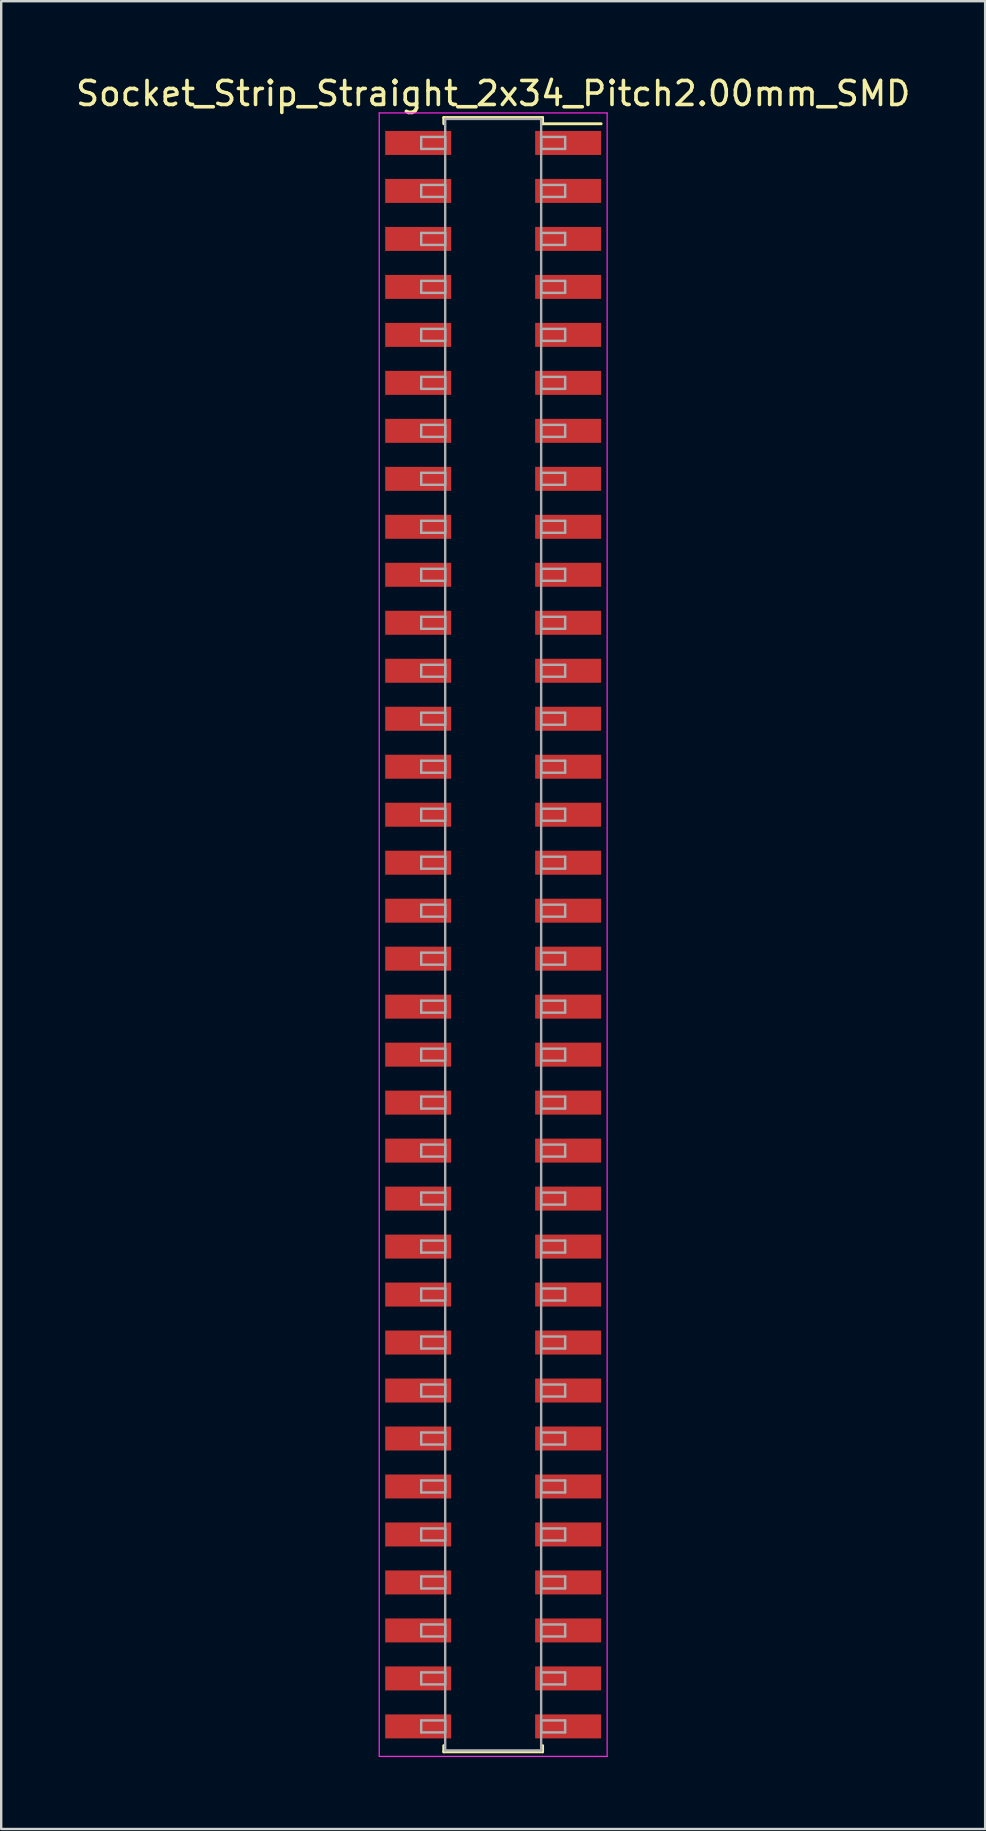
<source format=kicad_pcb>
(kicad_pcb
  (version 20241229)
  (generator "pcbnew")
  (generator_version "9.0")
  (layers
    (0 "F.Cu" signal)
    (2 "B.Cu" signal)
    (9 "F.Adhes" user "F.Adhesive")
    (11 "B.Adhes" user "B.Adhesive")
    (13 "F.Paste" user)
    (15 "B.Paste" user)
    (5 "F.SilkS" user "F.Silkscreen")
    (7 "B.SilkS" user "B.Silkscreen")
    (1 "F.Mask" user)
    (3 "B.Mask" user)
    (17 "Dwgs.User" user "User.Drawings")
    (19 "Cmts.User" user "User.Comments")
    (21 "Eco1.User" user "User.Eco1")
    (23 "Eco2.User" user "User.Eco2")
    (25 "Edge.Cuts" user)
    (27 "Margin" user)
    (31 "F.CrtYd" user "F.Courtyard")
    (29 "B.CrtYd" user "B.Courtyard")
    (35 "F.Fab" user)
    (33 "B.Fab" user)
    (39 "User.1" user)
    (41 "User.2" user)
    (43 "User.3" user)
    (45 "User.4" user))
  (footprint "Socket_Strip_Straight_2x34_Pitch2.00mm_SMD"
    (layer "F.Cu")
    (at 17.506 35.908)
    (property "Reference" "Socket_Strip_Straight_2x34_Pitch2.00mm_SMD" (at 0 -35.06 0) (layer "F.SilkS") (effects (font (size 1 1) (thickness 0.15))))
    (attr smd)
    (fp_line (start -2.06 -34.06) (end 2.06 -34.06) (stroke (width 0.12) (type solid)) (layer "F.SilkS"))
    (fp_line (start -2.06 -33.8) (end -2.06 -34.06) (stroke (width 0.12) (type solid)) (layer "F.SilkS"))
    (fp_line (start -2.06 33.8) (end -2.06 34.06) (stroke (width 0.12) (type solid)) (layer "F.SilkS"))
    (fp_line (start -2.06 34.06) (end 2.06 34.06) (stroke (width 0.12) (type solid)) (layer "F.SilkS"))
    (fp_line (start 2.06 -34.06) (end 2.06 -33.8) (stroke (width 0.12) (type solid)) (layer "F.SilkS"))
    (fp_line (start 2.06 34.06) (end 2.06 33.8) (stroke (width 0.12) (type solid)) (layer "F.SilkS"))
    (fp_line (start 4.5 -33.8) (end 2.06 -33.8) (stroke (width 0.12) (type solid)) (layer "F.SilkS"))
    (fp_line (start -4.75 -34.25) (end -4.75 34.25) (stroke (width 0.05) (type solid)) (layer "F.CrtYd"))
    (fp_line (start -4.75 34.25) (end 4.75 34.25) (stroke (width 0.05) (type solid)) (layer "F.CrtYd"))
    (fp_line (start 4.75 -34.25) (end -4.75 -34.25) (stroke (width 0.05) (type solid)) (layer "F.CrtYd"))
    (fp_line (start 4.75 34.25) (end 4.75 -34.25) (stroke (width 0.05) (type solid)) (layer "F.CrtYd"))
    (fp_line (start -3 -33.25) (end -2 -33.25) (stroke (width 0.1) (type solid)) (layer "F.Fab"))
    (fp_line (start -3 -32.75) (end -3 -33.25) (stroke (width 0.1) (type solid)) (layer "F.Fab"))
    (fp_line (start -3 -31.25) (end -2 -31.25) (stroke (width 0.1) (type solid)) (layer "F.Fab"))
    (fp_line (start -3 -30.75) (end -3 -31.25) (stroke (width 0.1) (type solid)) (layer "F.Fab"))
    (fp_line (start -3 -29.25) (end -2 -29.25) (stroke (width 0.1) (type solid)) (layer "F.Fab"))
    (fp_line (start -3 -28.75) (end -3 -29.25) (stroke (width 0.1) (type solid)) (layer "F.Fab"))
    (fp_line (start -3 -27.25) (end -2 -27.25) (stroke (width 0.1) (type solid)) (layer "F.Fab"))
    (fp_line (start -3 -26.75) (end -3 -27.25) (stroke (width 0.1) (type solid)) (layer "F.Fab"))
    (fp_line (start -3 -25.25) (end -2 -25.25) (stroke (width 0.1) (type solid)) (layer "F.Fab"))
    (fp_line (start -3 -24.75) (end -3 -25.25) (stroke (width 0.1) (type solid)) (layer "F.Fab"))
    (fp_line (start -3 -23.25) (end -2 -23.25) (stroke (width 0.1) (type solid)) (layer "F.Fab"))
    (fp_line (start -3 -22.75) (end -3 -23.25) (stroke (width 0.1) (type solid)) (layer "F.Fab"))
    (fp_line (start -3 -21.25) (end -2 -21.25) (stroke (width 0.1) (type solid)) (layer "F.Fab"))
    (fp_line (start -3 -20.75) (end -3 -21.25) (stroke (width 0.1) (type solid)) (layer "F.Fab"))
    (fp_line (start -3 -19.25) (end -2 -19.25) (stroke (width 0.1) (type solid)) (layer "F.Fab"))
    (fp_line (start -3 -18.75) (end -3 -19.25) (stroke (width 0.1) (type solid)) (layer "F.Fab"))
    (fp_line (start -3 -17.25) (end -2 -17.25) (stroke (width 0.1) (type solid)) (layer "F.Fab"))
    (fp_line (start -3 -16.75) (end -3 -17.25) (stroke (width 0.1) (type solid)) (layer "F.Fab"))
    (fp_line (start -3 -15.25) (end -2 -15.25) (stroke (width 0.1) (type solid)) (layer "F.Fab"))
    (fp_line (start -3 -14.75) (end -3 -15.25) (stroke (width 0.1) (type solid)) (layer "F.Fab"))
    (fp_line (start -3 -13.25) (end -2 -13.25) (stroke (width 0.1) (type solid)) (layer "F.Fab"))
    (fp_line (start -3 -12.75) (end -3 -13.25) (stroke (width 0.1) (type solid)) (layer "F.Fab"))
    (fp_line (start -3 -11.25) (end -2 -11.25) (stroke (width 0.1) (type solid)) (layer "F.Fab"))
    (fp_line (start -3 -10.75) (end -3 -11.25) (stroke (width 0.1) (type solid)) (layer "F.Fab"))
    (fp_line (start -3 -9.25) (end -2 -9.25) (stroke (width 0.1) (type solid)) (layer "F.Fab"))
    (fp_line (start -3 -8.75) (end -3 -9.25) (stroke (width 0.1) (type solid)) (layer "F.Fab"))
    (fp_line (start -3 -7.25) (end -2 -7.25) (stroke (width 0.1) (type solid)) (layer "F.Fab"))
    (fp_line (start -3 -6.75) (end -3 -7.25) (stroke (width 0.1) (type solid)) (layer "F.Fab"))
    (fp_line (start -3 -5.25) (end -2 -5.25) (stroke (width 0.1) (type solid)) (layer "F.Fab"))
    (fp_line (start -3 -4.75) (end -3 -5.25) (stroke (width 0.1) (type solid)) (layer "F.Fab"))
    (fp_line (start -3 -3.25) (end -2 -3.25) (stroke (width 0.1) (type solid)) (layer "F.Fab"))
    (fp_line (start -3 -2.75) (end -3 -3.25) (stroke (width 0.1) (type solid)) (layer "F.Fab"))
    (fp_line (start -3 -1.25) (end -2 -1.25) (stroke (width 0.1) (type solid)) (layer "F.Fab"))
    (fp_line (start -3 -0.75) (end -3 -1.25) (stroke (width 0.1) (type solid)) (layer "F.Fab"))
    (fp_line (start -3 0.75) (end -2 0.75) (stroke (width 0.1) (type solid)) (layer "F.Fab"))
    (fp_line (start -3 1.25) (end -3 0.75) (stroke (width 0.1) (type solid)) (layer "F.Fab"))
    (fp_line (start -3 2.75) (end -2 2.75) (stroke (width 0.1) (type solid)) (layer "F.Fab"))
    (fp_line (start -3 3.25) (end -3 2.75) (stroke (width 0.1) (type solid)) (layer "F.Fab"))
    (fp_line (start -3 4.75) (end -2 4.75) (stroke (width 0.1) (type solid)) (layer "F.Fab"))
    (fp_line (start -3 5.25) (end -3 4.75) (stroke (width 0.1) (type solid)) (layer "F.Fab"))
    (fp_line (start -3 6.75) (end -2 6.75) (stroke (width 0.1) (type solid)) (layer "F.Fab"))
    (fp_line (start -3 7.25) (end -3 6.75) (stroke (width 0.1) (type solid)) (layer "F.Fab"))
    (fp_line (start -3 8.75) (end -2 8.75) (stroke (width 0.1) (type solid)) (layer "F.Fab"))
    (fp_line (start -3 9.25) (end -3 8.75) (stroke (width 0.1) (type solid)) (layer "F.Fab"))
    (fp_line (start -3 10.75) (end -2 10.75) (stroke (width 0.1) (type solid)) (layer "F.Fab"))
    (fp_line (start -3 11.25) (end -3 10.75) (stroke (width 0.1) (type solid)) (layer "F.Fab"))
    (fp_line (start -3 12.75) (end -2 12.75) (stroke (width 0.1) (type solid)) (layer "F.Fab"))
    (fp_line (start -3 13.25) (end -3 12.75) (stroke (width 0.1) (type solid)) (layer "F.Fab"))
    (fp_line (start -3 14.75) (end -2 14.75) (stroke (width 0.1) (type solid)) (layer "F.Fab"))
    (fp_line (start -3 15.25) (end -3 14.75) (stroke (width 0.1) (type solid)) (layer "F.Fab"))
    (fp_line (start -3 16.75) (end -2 16.75) (stroke (width 0.1) (type solid)) (layer "F.Fab"))
    (fp_line (start -3 17.25) (end -3 16.75) (stroke (width 0.1) (type solid)) (layer "F.Fab"))
    (fp_line (start -3 18.75) (end -2 18.75) (stroke (width 0.1) (type solid)) (layer "F.Fab"))
    (fp_line (start -3 19.25) (end -3 18.75) (stroke (width 0.1) (type solid)) (layer "F.Fab"))
    (fp_line (start -3 20.75) (end -2 20.75) (stroke (width 0.1) (type solid)) (layer "F.Fab"))
    (fp_line (start -3 21.25) (end -3 20.75) (stroke (width 0.1) (type solid)) (layer "F.Fab"))
    (fp_line (start -3 22.75) (end -2 22.75) (stroke (width 0.1) (type solid)) (layer "F.Fab"))
    (fp_line (start -3 23.25) (end -3 22.75) (stroke (width 0.1) (type solid)) (layer "F.Fab"))
    (fp_line (start -3 24.75) (end -2 24.75) (stroke (width 0.1) (type solid)) (layer "F.Fab"))
    (fp_line (start -3 25.25) (end -3 24.75) (stroke (width 0.1) (type solid)) (layer "F.Fab"))
    (fp_line (start -3 26.75) (end -2 26.75) (stroke (width 0.1) (type solid)) (layer "F.Fab"))
    (fp_line (start -3 27.25) (end -3 26.75) (stroke (width 0.1) (type solid)) (layer "F.Fab"))
    (fp_line (start -3 28.75) (end -2 28.75) (stroke (width 0.1) (type solid)) (layer "F.Fab"))
    (fp_line (start -3 29.25) (end -3 28.75) (stroke (width 0.1) (type solid)) (layer "F.Fab"))
    (fp_line (start -3 30.75) (end -2 30.75) (stroke (width 0.1) (type solid)) (layer "F.Fab"))
    (fp_line (start -3 31.25) (end -3 30.75) (stroke (width 0.1) (type solid)) (layer "F.Fab"))
    (fp_line (start -3 32.75) (end -2 32.75) (stroke (width 0.1) (type solid)) (layer "F.Fab"))
    (fp_line (start -3 33.25) (end -3 32.75) (stroke (width 0.1) (type solid)) (layer "F.Fab"))
    (fp_line (start -2 -34) (end -2 34) (stroke (width 0.1) (type solid)) (layer "F.Fab"))
    (fp_line (start -2 -33.25) (end -2 -32.75) (stroke (width 0.1) (type solid)) (layer "F.Fab"))
    (fp_line (start -2 -32.75) (end -3 -32.75) (stroke (width 0.1) (type solid)) (layer "F.Fab"))
    (fp_line (start -2 -31.25) (end -2 -30.75) (stroke (width 0.1) (type solid)) (layer "F.Fab"))
    (fp_line (start -2 -30.75) (end -3 -30.75) (stroke (width 0.1) (type solid)) (layer "F.Fab"))
    (fp_line (start -2 -29.25) (end -2 -28.75) (stroke (width 0.1) (type solid)) (layer "F.Fab"))
    (fp_line (start -2 -28.75) (end -3 -28.75) (stroke (width 0.1) (type solid)) (layer "F.Fab"))
    (fp_line (start -2 -27.25) (end -2 -26.75) (stroke (width 0.1) (type solid)) (layer "F.Fab"))
    (fp_line (start -2 -26.75) (end -3 -26.75) (stroke (width 0.1) (type solid)) (layer "F.Fab"))
    (fp_line (start -2 -25.25) (end -2 -24.75) (stroke (width 0.1) (type solid)) (layer "F.Fab"))
    (fp_line (start -2 -24.75) (end -3 -24.75) (stroke (width 0.1) (type solid)) (layer "F.Fab"))
    (fp_line (start -2 -23.25) (end -2 -22.75) (stroke (width 0.1) (type solid)) (layer "F.Fab"))
    (fp_line (start -2 -22.75) (end -3 -22.75) (stroke (width 0.1) (type solid)) (layer "F.Fab"))
    (fp_line (start -2 -21.25) (end -2 -20.75) (stroke (width 0.1) (type solid)) (layer "F.Fab"))
    (fp_line (start -2 -20.75) (end -3 -20.75) (stroke (width 0.1) (type solid)) (layer "F.Fab"))
    (fp_line (start -2 -19.25) (end -2 -18.75) (stroke (width 0.1) (type solid)) (layer "F.Fab"))
    (fp_line (start -2 -18.75) (end -3 -18.75) (stroke (width 0.1) (type solid)) (layer "F.Fab"))
    (fp_line (start -2 -17.25) (end -2 -16.75) (stroke (width 0.1) (type solid)) (layer "F.Fab"))
    (fp_line (start -2 -16.75) (end -3 -16.75) (stroke (width 0.1) (type solid)) (layer "F.Fab"))
    (fp_line (start -2 -15.25) (end -2 -14.75) (stroke (width 0.1) (type solid)) (layer "F.Fab"))
    (fp_line (start -2 -14.75) (end -3 -14.75) (stroke (width 0.1) (type solid)) (layer "F.Fab"))
    (fp_line (start -2 -13.25) (end -2 -12.75) (stroke (width 0.1) (type solid)) (layer "F.Fab"))
    (fp_line (start -2 -12.75) (end -3 -12.75) (stroke (width 0.1) (type solid)) (layer "F.Fab"))
    (fp_line (start -2 -11.25) (end -2 -10.75) (stroke (width 0.1) (type solid)) (layer "F.Fab"))
    (fp_line (start -2 -10.75) (end -3 -10.75) (stroke (width 0.1) (type solid)) (layer "F.Fab"))
    (fp_line (start -2 -9.25) (end -2 -8.75) (stroke (width 0.1) (type solid)) (layer "F.Fab"))
    (fp_line (start -2 -8.75) (end -3 -8.75) (stroke (width 0.1) (type solid)) (layer "F.Fab"))
    (fp_line (start -2 -7.25) (end -2 -6.75) (stroke (width 0.1) (type solid)) (layer "F.Fab"))
    (fp_line (start -2 -6.75) (end -3 -6.75) (stroke (width 0.1) (type solid)) (layer "F.Fab"))
    (fp_line (start -2 -5.25) (end -2 -4.75) (stroke (width 0.1) (type solid)) (layer "F.Fab"))
    (fp_line (start -2 -4.75) (end -3 -4.75) (stroke (width 0.1) (type solid)) (layer "F.Fab"))
    (fp_line (start -2 -3.25) (end -2 -2.75) (stroke (width 0.1) (type solid)) (layer "F.Fab"))
    (fp_line (start -2 -2.75) (end -3 -2.75) (stroke (width 0.1) (type solid)) (layer "F.Fab"))
    (fp_line (start -2 -1.25) (end -2 -0.75) (stroke (width 0.1) (type solid)) (layer "F.Fab"))
    (fp_line (start -2 -0.75) (end -3 -0.75) (stroke (width 0.1) (type solid)) (layer "F.Fab"))
    (fp_line (start -2 0.75) (end -2 1.25) (stroke (width 0.1) (type solid)) (layer "F.Fab"))
    (fp_line (start -2 1.25) (end -3 1.25) (stroke (width 0.1) (type solid)) (layer "F.Fab"))
    (fp_line (start -2 2.75) (end -2 3.25) (stroke (width 0.1) (type solid)) (layer "F.Fab"))
    (fp_line (start -2 3.25) (end -3 3.25) (stroke (width 0.1) (type solid)) (layer "F.Fab"))
    (fp_line (start -2 4.75) (end -2 5.25) (stroke (width 0.1) (type solid)) (layer "F.Fab"))
    (fp_line (start -2 5.25) (end -3 5.25) (stroke (width 0.1) (type solid)) (layer "F.Fab"))
    (fp_line (start -2 6.75) (end -2 7.25) (stroke (width 0.1) (type solid)) (layer "F.Fab"))
    (fp_line (start -2 7.25) (end -3 7.25) (stroke (width 0.1) (type solid)) (layer "F.Fab"))
    (fp_line (start -2 8.75) (end -2 9.25) (stroke (width 0.1) (type solid)) (layer "F.Fab"))
    (fp_line (start -2 9.25) (end -3 9.25) (stroke (width 0.1) (type solid)) (layer "F.Fab"))
    (fp_line (start -2 10.75) (end -2 11.25) (stroke (width 0.1) (type solid)) (layer "F.Fab"))
    (fp_line (start -2 11.25) (end -3 11.25) (stroke (width 0.1) (type solid)) (layer "F.Fab"))
    (fp_line (start -2 12.75) (end -2 13.25) (stroke (width 0.1) (type solid)) (layer "F.Fab"))
    (fp_line (start -2 13.25) (end -3 13.25) (stroke (width 0.1) (type solid)) (layer "F.Fab"))
    (fp_line (start -2 14.75) (end -2 15.25) (stroke (width 0.1) (type solid)) (layer "F.Fab"))
    (fp_line (start -2 15.25) (end -3 15.25) (stroke (width 0.1) (type solid)) (layer "F.Fab"))
    (fp_line (start -2 16.75) (end -2 17.25) (stroke (width 0.1) (type solid)) (layer "F.Fab"))
    (fp_line (start -2 17.25) (end -3 17.25) (stroke (width 0.1) (type solid)) (layer "F.Fab"))
    (fp_line (start -2 18.75) (end -2 19.25) (stroke (width 0.1) (type solid)) (layer "F.Fab"))
    (fp_line (start -2 19.25) (end -3 19.25) (stroke (width 0.1) (type solid)) (layer "F.Fab"))
    (fp_line (start -2 20.75) (end -2 21.25) (stroke (width 0.1) (type solid)) (layer "F.Fab"))
    (fp_line (start -2 21.25) (end -3 21.25) (stroke (width 0.1) (type solid)) (layer "F.Fab"))
    (fp_line (start -2 22.75) (end -2 23.25) (stroke (width 0.1) (type solid)) (layer "F.Fab"))
    (fp_line (start -2 23.25) (end -3 23.25) (stroke (width 0.1) (type solid)) (layer "F.Fab"))
    (fp_line (start -2 24.75) (end -2 25.25) (stroke (width 0.1) (type solid)) (layer "F.Fab"))
    (fp_line (start -2 25.25) (end -3 25.25) (stroke (width 0.1) (type solid)) (layer "F.Fab"))
    (fp_line (start -2 26.75) (end -2 27.25) (stroke (width 0.1) (type solid)) (layer "F.Fab"))
    (fp_line (start -2 27.25) (end -3 27.25) (stroke (width 0.1) (type solid)) (layer "F.Fab"))
    (fp_line (start -2 28.75) (end -2 29.25) (stroke (width 0.1) (type solid)) (layer "F.Fab"))
    (fp_line (start -2 29.25) (end -3 29.25) (stroke (width 0.1) (type solid)) (layer "F.Fab"))
    (fp_line (start -2 30.75) (end -2 31.25) (stroke (width 0.1) (type solid)) (layer "F.Fab"))
    (fp_line (start -2 31.25) (end -3 31.25) (stroke (width 0.1) (type solid)) (layer "F.Fab"))
    (fp_line (start -2 32.75) (end -2 33.25) (stroke (width 0.1) (type solid)) (layer "F.Fab"))
    (fp_line (start -2 33.25) (end -3 33.25) (stroke (width 0.1) (type solid)) (layer "F.Fab"))
    (fp_line (start -2 34) (end 2 34) (stroke (width 0.1) (type solid)) (layer "F.Fab"))
    (fp_line (start 2 -34) (end -2 -34) (stroke (width 0.1) (type solid)) (layer "F.Fab"))
    (fp_line (start 2 -33.25) (end 2 -32.75) (stroke (width 0.1) (type solid)) (layer "F.Fab"))
    (fp_line (start 2 -32.75) (end 3 -32.75) (stroke (width 0.1) (type solid)) (layer "F.Fab"))
    (fp_line (start 2 -31.25) (end 2 -30.75) (stroke (width 0.1) (type solid)) (layer "F.Fab"))
    (fp_line (start 2 -30.75) (end 3 -30.75) (stroke (width 0.1) (type solid)) (layer "F.Fab"))
    (fp_line (start 2 -29.25) (end 2 -28.75) (stroke (width 0.1) (type solid)) (layer "F.Fab"))
    (fp_line (start 2 -28.75) (end 3 -28.75) (stroke (width 0.1) (type solid)) (layer "F.Fab"))
    (fp_line (start 2 -27.25) (end 2 -26.75) (stroke (width 0.1) (type solid)) (layer "F.Fab"))
    (fp_line (start 2 -26.75) (end 3 -26.75) (stroke (width 0.1) (type solid)) (layer "F.Fab"))
    (fp_line (start 2 -25.25) (end 2 -24.75) (stroke (width 0.1) (type solid)) (layer "F.Fab"))
    (fp_line (start 2 -24.75) (end 3 -24.75) (stroke (width 0.1) (type solid)) (layer "F.Fab"))
    (fp_line (start 2 -23.25) (end 2 -22.75) (stroke (width 0.1) (type solid)) (layer "F.Fab"))
    (fp_line (start 2 -22.75) (end 3 -22.75) (stroke (width 0.1) (type solid)) (layer "F.Fab"))
    (fp_line (start 2 -21.25) (end 2 -20.75) (stroke (width 0.1) (type solid)) (layer "F.Fab"))
    (fp_line (start 2 -20.75) (end 3 -20.75) (stroke (width 0.1) (type solid)) (layer "F.Fab"))
    (fp_line (start 2 -19.25) (end 2 -18.75) (stroke (width 0.1) (type solid)) (layer "F.Fab"))
    (fp_line (start 2 -18.75) (end 3 -18.75) (stroke (width 0.1) (type solid)) (layer "F.Fab"))
    (fp_line (start 2 -17.25) (end 2 -16.75) (stroke (width 0.1) (type solid)) (layer "F.Fab"))
    (fp_line (start 2 -16.75) (end 3 -16.75) (stroke (width 0.1) (type solid)) (layer "F.Fab"))
    (fp_line (start 2 -15.25) (end 2 -14.75) (stroke (width 0.1) (type solid)) (layer "F.Fab"))
    (fp_line (start 2 -14.75) (end 3 -14.75) (stroke (width 0.1) (type solid)) (layer "F.Fab"))
    (fp_line (start 2 -13.25) (end 2 -12.75) (stroke (width 0.1) (type solid)) (layer "F.Fab"))
    (fp_line (start 2 -12.75) (end 3 -12.75) (stroke (width 0.1) (type solid)) (layer "F.Fab"))
    (fp_line (start 2 -11.25) (end 2 -10.75) (stroke (width 0.1) (type solid)) (layer "F.Fab"))
    (fp_line (start 2 -10.75) (end 3 -10.75) (stroke (width 0.1) (type solid)) (layer "F.Fab"))
    (fp_line (start 2 -9.25) (end 2 -8.75) (stroke (width 0.1) (type solid)) (layer "F.Fab"))
    (fp_line (start 2 -8.75) (end 3 -8.75) (stroke (width 0.1) (type solid)) (layer "F.Fab"))
    (fp_line (start 2 -7.25) (end 2 -6.75) (stroke (width 0.1) (type solid)) (layer "F.Fab"))
    (fp_line (start 2 -6.75) (end 3 -6.75) (stroke (width 0.1) (type solid)) (layer "F.Fab"))
    (fp_line (start 2 -5.25) (end 2 -4.75) (stroke (width 0.1) (type solid)) (layer "F.Fab"))
    (fp_line (start 2 -4.75) (end 3 -4.75) (stroke (width 0.1) (type solid)) (layer "F.Fab"))
    (fp_line (start 2 -3.25) (end 2 -2.75) (stroke (width 0.1) (type solid)) (layer "F.Fab"))
    (fp_line (start 2 -2.75) (end 3 -2.75) (stroke (width 0.1) (type solid)) (layer "F.Fab"))
    (fp_line (start 2 -1.25) (end 2 -0.75) (stroke (width 0.1) (type solid)) (layer "F.Fab"))
    (fp_line (start 2 -0.75) (end 3 -0.75) (stroke (width 0.1) (type solid)) (layer "F.Fab"))
    (fp_line (start 2 0.75) (end 2 1.25) (stroke (width 0.1) (type solid)) (layer "F.Fab"))
    (fp_line (start 2 1.25) (end 3 1.25) (stroke (width 0.1) (type solid)) (layer "F.Fab"))
    (fp_line (start 2 2.75) (end 2 3.25) (stroke (width 0.1) (type solid)) (layer "F.Fab"))
    (fp_line (start 2 3.25) (end 3 3.25) (stroke (width 0.1) (type solid)) (layer "F.Fab"))
    (fp_line (start 2 4.75) (end 2 5.25) (stroke (width 0.1) (type solid)) (layer "F.Fab"))
    (fp_line (start 2 5.25) (end 3 5.25) (stroke (width 0.1) (type solid)) (layer "F.Fab"))
    (fp_line (start 2 6.75) (end 2 7.25) (stroke (width 0.1) (type solid)) (layer "F.Fab"))
    (fp_line (start 2 7.25) (end 3 7.25) (stroke (width 0.1) (type solid)) (layer "F.Fab"))
    (fp_line (start 2 8.75) (end 2 9.25) (stroke (width 0.1) (type solid)) (layer "F.Fab"))
    (fp_line (start 2 9.25) (end 3 9.25) (stroke (width 0.1) (type solid)) (layer "F.Fab"))
    (fp_line (start 2 10.75) (end 2 11.25) (stroke (width 0.1) (type solid)) (layer "F.Fab"))
    (fp_line (start 2 11.25) (end 3 11.25) (stroke (width 0.1) (type solid)) (layer "F.Fab"))
    (fp_line (start 2 12.75) (end 2 13.25) (stroke (width 0.1) (type solid)) (layer "F.Fab"))
    (fp_line (start 2 13.25) (end 3 13.25) (stroke (width 0.1) (type solid)) (layer "F.Fab"))
    (fp_line (start 2 14.75) (end 2 15.25) (stroke (width 0.1) (type solid)) (layer "F.Fab"))
    (fp_line (start 2 15.25) (end 3 15.25) (stroke (width 0.1) (type solid)) (layer "F.Fab"))
    (fp_line (start 2 16.75) (end 2 17.25) (stroke (width 0.1) (type solid)) (layer "F.Fab"))
    (fp_line (start 2 17.25) (end 3 17.25) (stroke (width 0.1) (type solid)) (layer "F.Fab"))
    (fp_line (start 2 18.75) (end 2 19.25) (stroke (width 0.1) (type solid)) (layer "F.Fab"))
    (fp_line (start 2 19.25) (end 3 19.25) (stroke (width 0.1) (type solid)) (layer "F.Fab"))
    (fp_line (start 2 20.75) (end 2 21.25) (stroke (width 0.1) (type solid)) (layer "F.Fab"))
    (fp_line (start 2 21.25) (end 3 21.25) (stroke (width 0.1) (type solid)) (layer "F.Fab"))
    (fp_line (start 2 22.75) (end 2 23.25) (stroke (width 0.1) (type solid)) (layer "F.Fab"))
    (fp_line (start 2 23.25) (end 3 23.25) (stroke (width 0.1) (type solid)) (layer "F.Fab"))
    (fp_line (start 2 24.75) (end 2 25.25) (stroke (width 0.1) (type solid)) (layer "F.Fab"))
    (fp_line (start 2 25.25) (end 3 25.25) (stroke (width 0.1) (type solid)) (layer "F.Fab"))
    (fp_line (start 2 26.75) (end 2 27.25) (stroke (width 0.1) (type solid)) (layer "F.Fab"))
    (fp_line (start 2 27.25) (end 3 27.25) (stroke (width 0.1) (type solid)) (layer "F.Fab"))
    (fp_line (start 2 28.75) (end 2 29.25) (stroke (width 0.1) (type solid)) (layer "F.Fab"))
    (fp_line (start 2 29.25) (end 3 29.25) (stroke (width 0.1) (type solid)) (layer "F.Fab"))
    (fp_line (start 2 30.75) (end 2 31.25) (stroke (width 0.1) (type solid)) (layer "F.Fab"))
    (fp_line (start 2 31.25) (end 3 31.25) (stroke (width 0.1) (type solid)) (layer "F.Fab"))
    (fp_line (start 2 32.75) (end 2 33.25) (stroke (width 0.1) (type solid)) (layer "F.Fab"))
    (fp_line (start 2 33.25) (end 3 33.25) (stroke (width 0.1) (type solid)) (layer "F.Fab"))
    (fp_line (start 2 34) (end 2 -34) (stroke (width 0.1) (type solid)) (layer "F.Fab"))
    (fp_line (start 3 -33.25) (end 2 -33.25) (stroke (width 0.1) (type solid)) (layer "F.Fab"))
    (fp_line (start 3 -32.75) (end 3 -33.25) (stroke (width 0.1) (type solid)) (layer "F.Fab"))
    (fp_line (start 3 -31.25) (end 2 -31.25) (stroke (width 0.1) (type solid)) (layer "F.Fab"))
    (fp_line (start 3 -30.75) (end 3 -31.25) (stroke (width 0.1) (type solid)) (layer "F.Fab"))
    (fp_line (start 3 -29.25) (end 2 -29.25) (stroke (width 0.1) (type solid)) (layer "F.Fab"))
    (fp_line (start 3 -28.75) (end 3 -29.25) (stroke (width 0.1) (type solid)) (layer "F.Fab"))
    (fp_line (start 3 -27.25) (end 2 -27.25) (stroke (width 0.1) (type solid)) (layer "F.Fab"))
    (fp_line (start 3 -26.75) (end 3 -27.25) (stroke (width 0.1) (type solid)) (layer "F.Fab"))
    (fp_line (start 3 -25.25) (end 2 -25.25) (stroke (width 0.1) (type solid)) (layer "F.Fab"))
    (fp_line (start 3 -24.75) (end 3 -25.25) (stroke (width 0.1) (type solid)) (layer "F.Fab"))
    (fp_line (start 3 -23.25) (end 2 -23.25) (stroke (width 0.1) (type solid)) (layer "F.Fab"))
    (fp_line (start 3 -22.75) (end 3 -23.25) (stroke (width 0.1) (type solid)) (layer "F.Fab"))
    (fp_line (start 3 -21.25) (end 2 -21.25) (stroke (width 0.1) (type solid)) (layer "F.Fab"))
    (fp_line (start 3 -20.75) (end 3 -21.25) (stroke (width 0.1) (type solid)) (layer "F.Fab"))
    (fp_line (start 3 -19.25) (end 2 -19.25) (stroke (width 0.1) (type solid)) (layer "F.Fab"))
    (fp_line (start 3 -18.75) (end 3 -19.25) (stroke (width 0.1) (type solid)) (layer "F.Fab"))
    (fp_line (start 3 -17.25) (end 2 -17.25) (stroke (width 0.1) (type solid)) (layer "F.Fab"))
    (fp_line (start 3 -16.75) (end 3 -17.25) (stroke (width 0.1) (type solid)) (layer "F.Fab"))
    (fp_line (start 3 -15.25) (end 2 -15.25) (stroke (width 0.1) (type solid)) (layer "F.Fab"))
    (fp_line (start 3 -14.75) (end 3 -15.25) (stroke (width 0.1) (type solid)) (layer "F.Fab"))
    (fp_line (start 3 -13.25) (end 2 -13.25) (stroke (width 0.1) (type solid)) (layer "F.Fab"))
    (fp_line (start 3 -12.75) (end 3 -13.25) (stroke (width 0.1) (type solid)) (layer "F.Fab"))
    (fp_line (start 3 -11.25) (end 2 -11.25) (stroke (width 0.1) (type solid)) (layer "F.Fab"))
    (fp_line (start 3 -10.75) (end 3 -11.25) (stroke (width 0.1) (type solid)) (layer "F.Fab"))
    (fp_line (start 3 -9.25) (end 2 -9.25) (stroke (width 0.1) (type solid)) (layer "F.Fab"))
    (fp_line (start 3 -8.75) (end 3 -9.25) (stroke (width 0.1) (type solid)) (layer "F.Fab"))
    (fp_line (start 3 -7.25) (end 2 -7.25) (stroke (width 0.1) (type solid)) (layer "F.Fab"))
    (fp_line (start 3 -6.75) (end 3 -7.25) (stroke (width 0.1) (type solid)) (layer "F.Fab"))
    (fp_line (start 3 -5.25) (end 2 -5.25) (stroke (width 0.1) (type solid)) (layer "F.Fab"))
    (fp_line (start 3 -4.75) (end 3 -5.25) (stroke (width 0.1) (type solid)) (layer "F.Fab"))
    (fp_line (start 3 -3.25) (end 2 -3.25) (stroke (width 0.1) (type solid)) (layer "F.Fab"))
    (fp_line (start 3 -2.75) (end 3 -3.25) (stroke (width 0.1) (type solid)) (layer "F.Fab"))
    (fp_line (start 3 -1.25) (end 2 -1.25) (stroke (width 0.1) (type solid)) (layer "F.Fab"))
    (fp_line (start 3 -0.75) (end 3 -1.25) (stroke (width 0.1) (type solid)) (layer "F.Fab"))
    (fp_line (start 3 0.75) (end 2 0.75) (stroke (width 0.1) (type solid)) (layer "F.Fab"))
    (fp_line (start 3 1.25) (end 3 0.75) (stroke (width 0.1) (type solid)) (layer "F.Fab"))
    (fp_line (start 3 2.75) (end 2 2.75) (stroke (width 0.1) (type solid)) (layer "F.Fab"))
    (fp_line (start 3 3.25) (end 3 2.75) (stroke (width 0.1) (type solid)) (layer "F.Fab"))
    (fp_line (start 3 4.75) (end 2 4.75) (stroke (width 0.1) (type solid)) (layer "F.Fab"))
    (fp_line (start 3 5.25) (end 3 4.75) (stroke (width 0.1) (type solid)) (layer "F.Fab"))
    (fp_line (start 3 6.75) (end 2 6.75) (stroke (width 0.1) (type solid)) (layer "F.Fab"))
    (fp_line (start 3 7.25) (end 3 6.75) (stroke (width 0.1) (type solid)) (layer "F.Fab"))
    (fp_line (start 3 8.75) (end 2 8.75) (stroke (width 0.1) (type solid)) (layer "F.Fab"))
    (fp_line (start 3 9.25) (end 3 8.75) (stroke (width 0.1) (type solid)) (layer "F.Fab"))
    (fp_line (start 3 10.75) (end 2 10.75) (stroke (width 0.1) (type solid)) (layer "F.Fab"))
    (fp_line (start 3 11.25) (end 3 10.75) (stroke (width 0.1) (type solid)) (layer "F.Fab"))
    (fp_line (start 3 12.75) (end 2 12.75) (stroke (width 0.1) (type solid)) (layer "F.Fab"))
    (fp_line (start 3 13.25) (end 3 12.75) (stroke (width 0.1) (type solid)) (layer "F.Fab"))
    (fp_line (start 3 14.75) (end 2 14.75) (stroke (width 0.1) (type solid)) (layer "F.Fab"))
    (fp_line (start 3 15.25) (end 3 14.75) (stroke (width 0.1) (type solid)) (layer "F.Fab"))
    (fp_line (start 3 16.75) (end 2 16.75) (stroke (width 0.1) (type solid)) (layer "F.Fab"))
    (fp_line (start 3 17.25) (end 3 16.75) (stroke (width 0.1) (type solid)) (layer "F.Fab"))
    (fp_line (start 3 18.75) (end 2 18.75) (stroke (width 0.1) (type solid)) (layer "F.Fab"))
    (fp_line (start 3 19.25) (end 3 18.75) (stroke (width 0.1) (type solid)) (layer "F.Fab"))
    (fp_line (start 3 20.75) (end 2 20.75) (stroke (width 0.1) (type solid)) (layer "F.Fab"))
    (fp_line (start 3 21.25) (end 3 20.75) (stroke (width 0.1) (type solid)) (layer "F.Fab"))
    (fp_line (start 3 22.75) (end 2 22.75) (stroke (width 0.1) (type solid)) (layer "F.Fab"))
    (fp_line (start 3 23.25) (end 3 22.75) (stroke (width 0.1) (type solid)) (layer "F.Fab"))
    (fp_line (start 3 24.75) (end 2 24.75) (stroke (width 0.1) (type solid)) (layer "F.Fab"))
    (fp_line (start 3 25.25) (end 3 24.75) (stroke (width 0.1) (type solid)) (layer "F.Fab"))
    (fp_line (start 3 26.75) (end 2 26.75) (stroke (width 0.1) (type solid)) (layer "F.Fab"))
    (fp_line (start 3 27.25) (end 3 26.75) (stroke (width 0.1) (type solid)) (layer "F.Fab"))
    (fp_line (start 3 28.75) (end 2 28.75) (stroke (width 0.1) (type solid)) (layer "F.Fab"))
    (fp_line (start 3 29.25) (end 3 28.75) (stroke (width 0.1) (type solid)) (layer "F.Fab"))
    (fp_line (start 3 30.75) (end 2 30.75) (stroke (width 0.1) (type solid)) (layer "F.Fab"))
    (fp_line (start 3 31.25) (end 3 30.75) (stroke (width 0.1) (type solid)) (layer "F.Fab"))
    (fp_line (start 3 32.75) (end 2 32.75) (stroke (width 0.1) (type solid)) (layer "F.Fab"))
    (fp_line (start 3 33.25) (end 3 32.75) (stroke (width 0.1) (type solid)) (layer "F.Fab"))
    (pad "1" smd rect (at 3.125 -33) (size 2.75 1) (layers "F.Cu" "F.Mask"))
    (pad "2" smd rect (at -3.125 -33) (size 2.75 1) (layers "F.Cu" "F.Mask"))
    (pad "3" smd rect (at 3.125 -31) (size 2.75 1) (layers "F.Cu" "F.Mask"))
    (pad "4" smd rect (at -3.125 -31) (size 2.75 1) (layers "F.Cu" "F.Mask"))
    (pad "5" smd rect (at 3.125 -29) (size 2.75 1) (layers "F.Cu" "F.Mask"))
    (pad "6" smd rect (at -3.125 -29) (size 2.75 1) (layers "F.Cu" "F.Mask"))
    (pad "7" smd rect (at 3.125 -27) (size 2.75 1) (layers "F.Cu" "F.Mask"))
    (pad "8" smd rect (at -3.125 -27) (size 2.75 1) (layers "F.Cu" "F.Mask"))
    (pad "9" smd rect (at 3.125 -25) (size 2.75 1) (layers "F.Cu" "F.Mask"))
    (pad "10" smd rect (at -3.125 -25) (size 2.75 1) (layers "F.Cu" "F.Mask"))
    (pad "11" smd rect (at 3.125 -23) (size 2.75 1) (layers "F.Cu" "F.Mask"))
    (pad "12" smd rect (at -3.125 -23) (size 2.75 1) (layers "F.Cu" "F.Mask"))
    (pad "13" smd rect (at 3.125 -21) (size 2.75 1) (layers "F.Cu" "F.Mask"))
    (pad "14" smd rect (at -3.125 -21) (size 2.75 1) (layers "F.Cu" "F.Mask"))
    (pad "15" smd rect (at 3.125 -19) (size 2.75 1) (layers "F.Cu" "F.Mask"))
    (pad "16" smd rect (at -3.125 -19) (size 2.75 1) (layers "F.Cu" "F.Mask"))
    (pad "17" smd rect (at 3.125 -17) (size 2.75 1) (layers "F.Cu" "F.Mask"))
    (pad "18" smd rect (at -3.125 -17) (size 2.75 1) (layers "F.Cu" "F.Mask"))
    (pad "19" smd rect (at 3.125 -15) (size 2.75 1) (layers "F.Cu" "F.Mask"))
    (pad "20" smd rect (at -3.125 -15) (size 2.75 1) (layers "F.Cu" "F.Mask"))
    (pad "21" smd rect (at 3.125 -13) (size 2.75 1) (layers "F.Cu" "F.Mask"))
    (pad "22" smd rect (at -3.125 -13) (size 2.75 1) (layers "F.Cu" "F.Mask"))
    (pad "23" smd rect (at 3.125 -11) (size 2.75 1) (layers "F.Cu" "F.Mask"))
    (pad "24" smd rect (at -3.125 -11) (size 2.75 1) (layers "F.Cu" "F.Mask"))
    (pad "25" smd rect (at 3.125 -9) (size 2.75 1) (layers "F.Cu" "F.Mask"))
    (pad "26" smd rect (at -3.125 -9) (size 2.75 1) (layers "F.Cu" "F.Mask"))
    (pad "27" smd rect (at 3.125 -7) (size 2.75 1) (layers "F.Cu" "F.Mask"))
    (pad "28" smd rect (at -3.125 -7) (size 2.75 1) (layers "F.Cu" "F.Mask"))
    (pad "29" smd rect (at 3.125 -5) (size 2.75 1) (layers "F.Cu" "F.Mask"))
    (pad "30" smd rect (at -3.125 -5) (size 2.75 1) (layers "F.Cu" "F.Mask"))
    (pad "31" smd rect (at 3.125 -3) (size 2.75 1) (layers "F.Cu" "F.Mask"))
    (pad "32" smd rect (at -3.125 -3) (size 2.75 1) (layers "F.Cu" "F.Mask"))
    (pad "33" smd rect (at 3.125 -1) (size 2.75 1) (layers "F.Cu" "F.Mask"))
    (pad "34" smd rect (at -3.125 -1) (size 2.75 1) (layers "F.Cu" "F.Mask"))
    (pad "35" smd rect (at 3.125 1) (size 2.75 1) (layers "F.Cu" "F.Mask"))
    (pad "36" smd rect (at -3.125 1) (size 2.75 1) (layers "F.Cu" "F.Mask"))
    (pad "37" smd rect (at 3.125 3) (size 2.75 1) (layers "F.Cu" "F.Mask"))
    (pad "38" smd rect (at -3.125 3) (size 2.75 1) (layers "F.Cu" "F.Mask"))
    (pad "39" smd rect (at 3.125 5) (size 2.75 1) (layers "F.Cu" "F.Mask"))
    (pad "40" smd rect (at -3.125 5) (size 2.75 1) (layers "F.Cu" "F.Mask"))
    (pad "41" smd rect (at 3.125 7) (size 2.75 1) (layers "F.Cu" "F.Mask"))
    (pad "42" smd rect (at -3.125 7) (size 2.75 1) (layers "F.Cu" "F.Mask"))
    (pad "43" smd rect (at 3.125 9) (size 2.75 1) (layers "F.Cu" "F.Mask"))
    (pad "44" smd rect (at -3.125 9) (size 2.75 1) (layers "F.Cu" "F.Mask"))
    (pad "45" smd rect (at 3.125 11) (size 2.75 1) (layers "F.Cu" "F.Mask"))
    (pad "46" smd rect (at -3.125 11) (size 2.75 1) (layers "F.Cu" "F.Mask"))
    (pad "47" smd rect (at 3.125 13) (size 2.75 1) (layers "F.Cu" "F.Mask"))
    (pad "48" smd rect (at -3.125 13) (size 2.75 1) (layers "F.Cu" "F.Mask"))
    (pad "49" smd rect (at 3.125 15) (size 2.75 1) (layers "F.Cu" "F.Mask"))
    (pad "50" smd rect (at -3.125 15) (size 2.75 1) (layers "F.Cu" "F.Mask"))
    (pad "51" smd rect (at 3.125 17) (size 2.75 1) (layers "F.Cu" "F.Mask"))
    (pad "52" smd rect (at -3.125 17) (size 2.75 1) (layers "F.Cu" "F.Mask"))
    (pad "53" smd rect (at 3.125 19) (size 2.75 1) (layers "F.Cu" "F.Mask"))
    (pad "54" smd rect (at -3.125 19) (size 2.75 1) (layers "F.Cu" "F.Mask"))
    (pad "55" smd rect (at 3.125 21) (size 2.75 1) (layers "F.Cu" "F.Mask"))
    (pad "56" smd rect (at -3.125 21) (size 2.75 1) (layers "F.Cu" "F.Mask"))
    (pad "57" smd rect (at 3.125 23) (size 2.75 1) (layers "F.Cu" "F.Mask"))
    (pad "58" smd rect (at -3.125 23) (size 2.75 1) (layers "F.Cu" "F.Mask"))
    (pad "59" smd rect (at 3.125 25) (size 2.75 1) (layers "F.Cu" "F.Mask"))
    (pad "60" smd rect (at -3.125 25) (size 2.75 1) (layers "F.Cu" "F.Mask"))
    (pad "61" smd rect (at 3.125 27) (size 2.75 1) (layers "F.Cu" "F.Mask"))
    (pad "62" smd rect (at -3.125 27) (size 2.75 1) (layers "F.Cu" "F.Mask"))
    (pad "63" smd rect (at 3.125 29) (size 2.75 1) (layers "F.Cu" "F.Mask"))
    (pad "64" smd rect (at -3.125 29) (size 2.75 1) (layers "F.Cu" "F.Mask"))
    (pad "65" smd rect (at 3.125 31) (size 2.75 1) (layers "F.Cu" "F.Mask"))
    (pad "66" smd rect (at -3.125 31) (size 2.75 1) (layers "F.Cu" "F.Mask"))
    (pad "67" smd rect (at 3.125 33) (size 2.75 1) (layers "F.Cu" "F.Mask"))
    (pad "68" smd rect (at -3.125 33) (size 2.75 1) (layers "F.Cu" "F.Mask")))
  (gr_rect
    (start -3 -3)
    (end 38.012 73.183)
    (stroke (width 0.1) (type default))
    (fill no)
    (layer "Edge.Cuts")))
</source>
